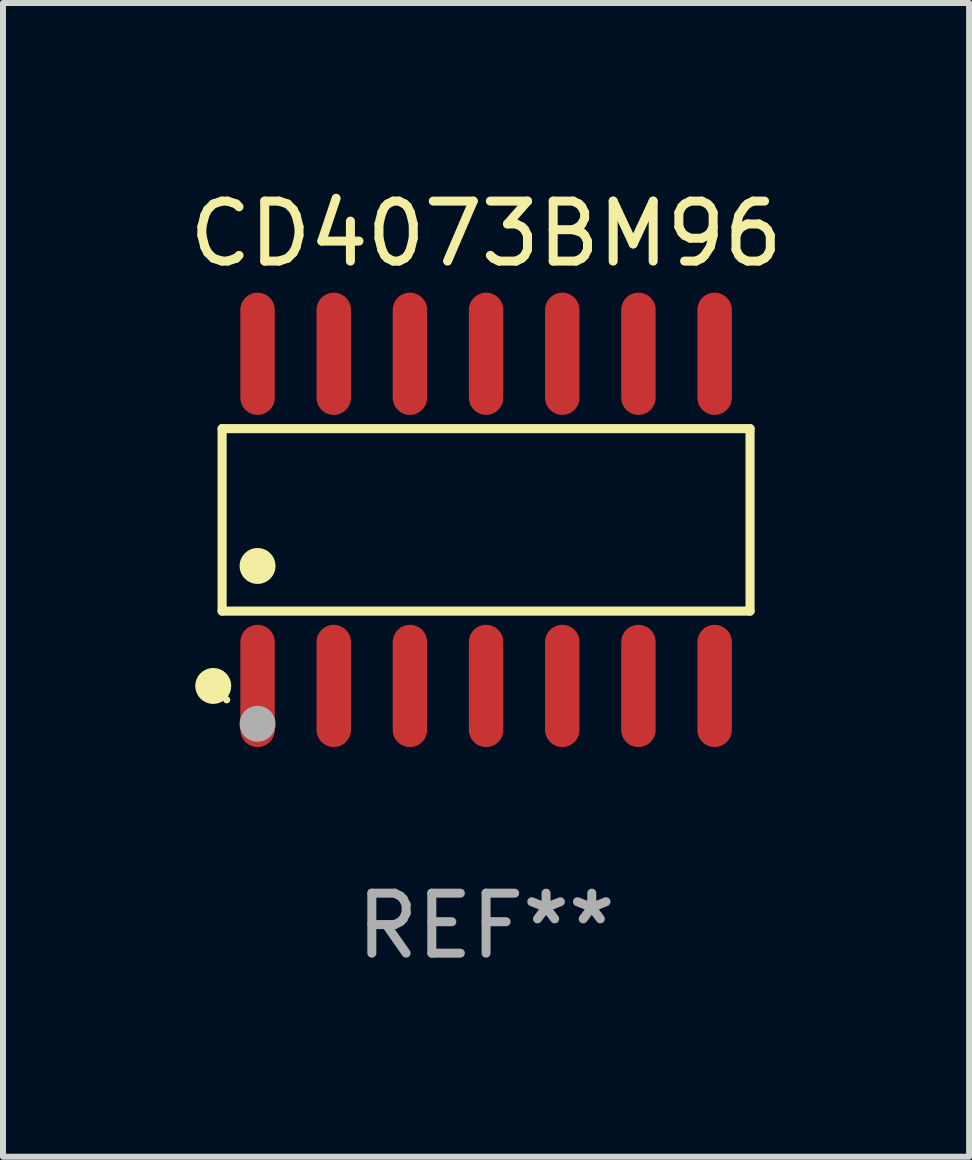
<source format=kicad_pcb>
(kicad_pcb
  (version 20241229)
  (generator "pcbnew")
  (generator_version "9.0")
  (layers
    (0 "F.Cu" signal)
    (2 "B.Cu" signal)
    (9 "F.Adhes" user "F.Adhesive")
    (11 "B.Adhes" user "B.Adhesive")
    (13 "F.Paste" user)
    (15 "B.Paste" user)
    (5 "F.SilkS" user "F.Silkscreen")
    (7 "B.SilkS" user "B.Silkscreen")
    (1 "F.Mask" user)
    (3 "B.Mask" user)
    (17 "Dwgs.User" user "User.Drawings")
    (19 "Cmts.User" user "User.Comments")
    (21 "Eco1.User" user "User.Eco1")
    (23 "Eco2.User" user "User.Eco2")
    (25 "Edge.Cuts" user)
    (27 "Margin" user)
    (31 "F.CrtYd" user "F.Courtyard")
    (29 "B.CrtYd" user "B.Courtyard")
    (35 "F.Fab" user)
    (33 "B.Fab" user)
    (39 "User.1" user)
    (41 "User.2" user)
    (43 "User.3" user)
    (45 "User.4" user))
  (footprint "CD4073BM96"
    (layer "F.Cu")
    (at 5.054 5.617)
    (property "Reference" "CD4073BM96" (at 0 -4.769 0) (layer "F.SilkS") (effects (font (size 1 1) (thickness 0.15))))
    (attr through_hole)
    (fp_line (start -4.401 -1.521) (end 4.401 -1.521) (stroke (width 0.152) (type solid)) (layer "F.SilkS"))
    (fp_line (start -4.401 1.521) (end -4.401 -1.521) (stroke (width 0.152) (type solid)) (layer "F.SilkS"))
    (fp_line (start 4.401 -1.521) (end 4.401 1.521) (stroke (width 0.152) (type solid)) (layer "F.SilkS"))
    (fp_line (start 4.401 1.521) (end -4.401 1.521) (stroke (width 0.152) (type solid)) (layer "F.SilkS"))
    (fp_circle (center -4.549 2.769) (end -4.399 2.769) (stroke (width 0.3) (type solid)) (fill no) (layer "F.SilkS"))
    (fp_circle (center -4.325 3) (end -4.295 3) (stroke (width 0.06) (type solid)) (fill no) (layer "F.SilkS"))
    (fp_circle (center -3.81 0.769) (end -3.66 0.769) (stroke (width 0.3) (type solid)) (fill no) (layer "F.SilkS"))
    (fp_circle (center -3.81 3.4) (end -3.66 3.4) (stroke (width 0.3) (type solid)) (fill no) (layer "F.Fab"))
    (fp_text user "REF**" (at 0 6.769 0) (layer "F.Fab") (effects (font (size 1 1) (thickness 0.15))))
    (pad "1" smd oval (at -3.81 2.769) (size 0.574 2.038) (layers "F.Cu" "F.Mask" "F.Paste"))
    (pad "2" smd oval (at -2.54 2.769) (size 0.574 2.038) (layers "F.Cu" "F.Mask" "F.Paste"))
    (pad "3" smd oval (at -1.27 2.769) (size 0.574 2.038) (layers "F.Cu" "F.Mask" "F.Paste"))
    (pad "4" smd oval (at 0 2.769) (size 0.574 2.038) (layers "F.Cu" "F.Mask" "F.Paste"))
    (pad "5" smd oval (at 1.27 2.769) (size 0.574 2.038) (layers "F.Cu" "F.Mask" "F.Paste"))
    (pad "6" smd oval (at 2.54 2.769) (size 0.574 2.038) (layers "F.Cu" "F.Mask" "F.Paste"))
    (pad "7" smd oval (at 3.81 2.769) (size 0.574 2.038) (layers "F.Cu" "F.Mask" "F.Paste"))
    (pad "8" smd oval (at 3.81 -2.769) (size 0.574 2.038) (layers "F.Cu" "F.Mask" "F.Paste"))
    (pad "9" smd oval (at 2.54 -2.769) (size 0.574 2.038) (layers "F.Cu" "F.Mask" "F.Paste"))
    (pad "10" smd oval (at 1.27 -2.769) (size 0.574 2.038) (layers "F.Cu" "F.Mask" "F.Paste"))
    (pad "11" smd oval (at 0 -2.769) (size 0.574 2.038) (layers "F.Cu" "F.Mask" "F.Paste"))
    (pad "12" smd oval (at -1.27 -2.769) (size 0.574 2.038) (layers "F.Cu" "F.Mask" "F.Paste"))
    (pad "13" smd oval (at -2.54 -2.769) (size 0.574 2.038) (layers "F.Cu" "F.Mask" "F.Paste"))
    (pad "14" smd oval (at -3.81 -2.769) (size 0.574 2.038) (layers "F.Cu" "F.Mask" "F.Paste")))
  (gr_rect
    (start -3 -3)
    (end 13.107 16.235)
    (stroke (width 0.1) (type default))
    (fill no)
    (layer "Edge.Cuts")))
</source>
